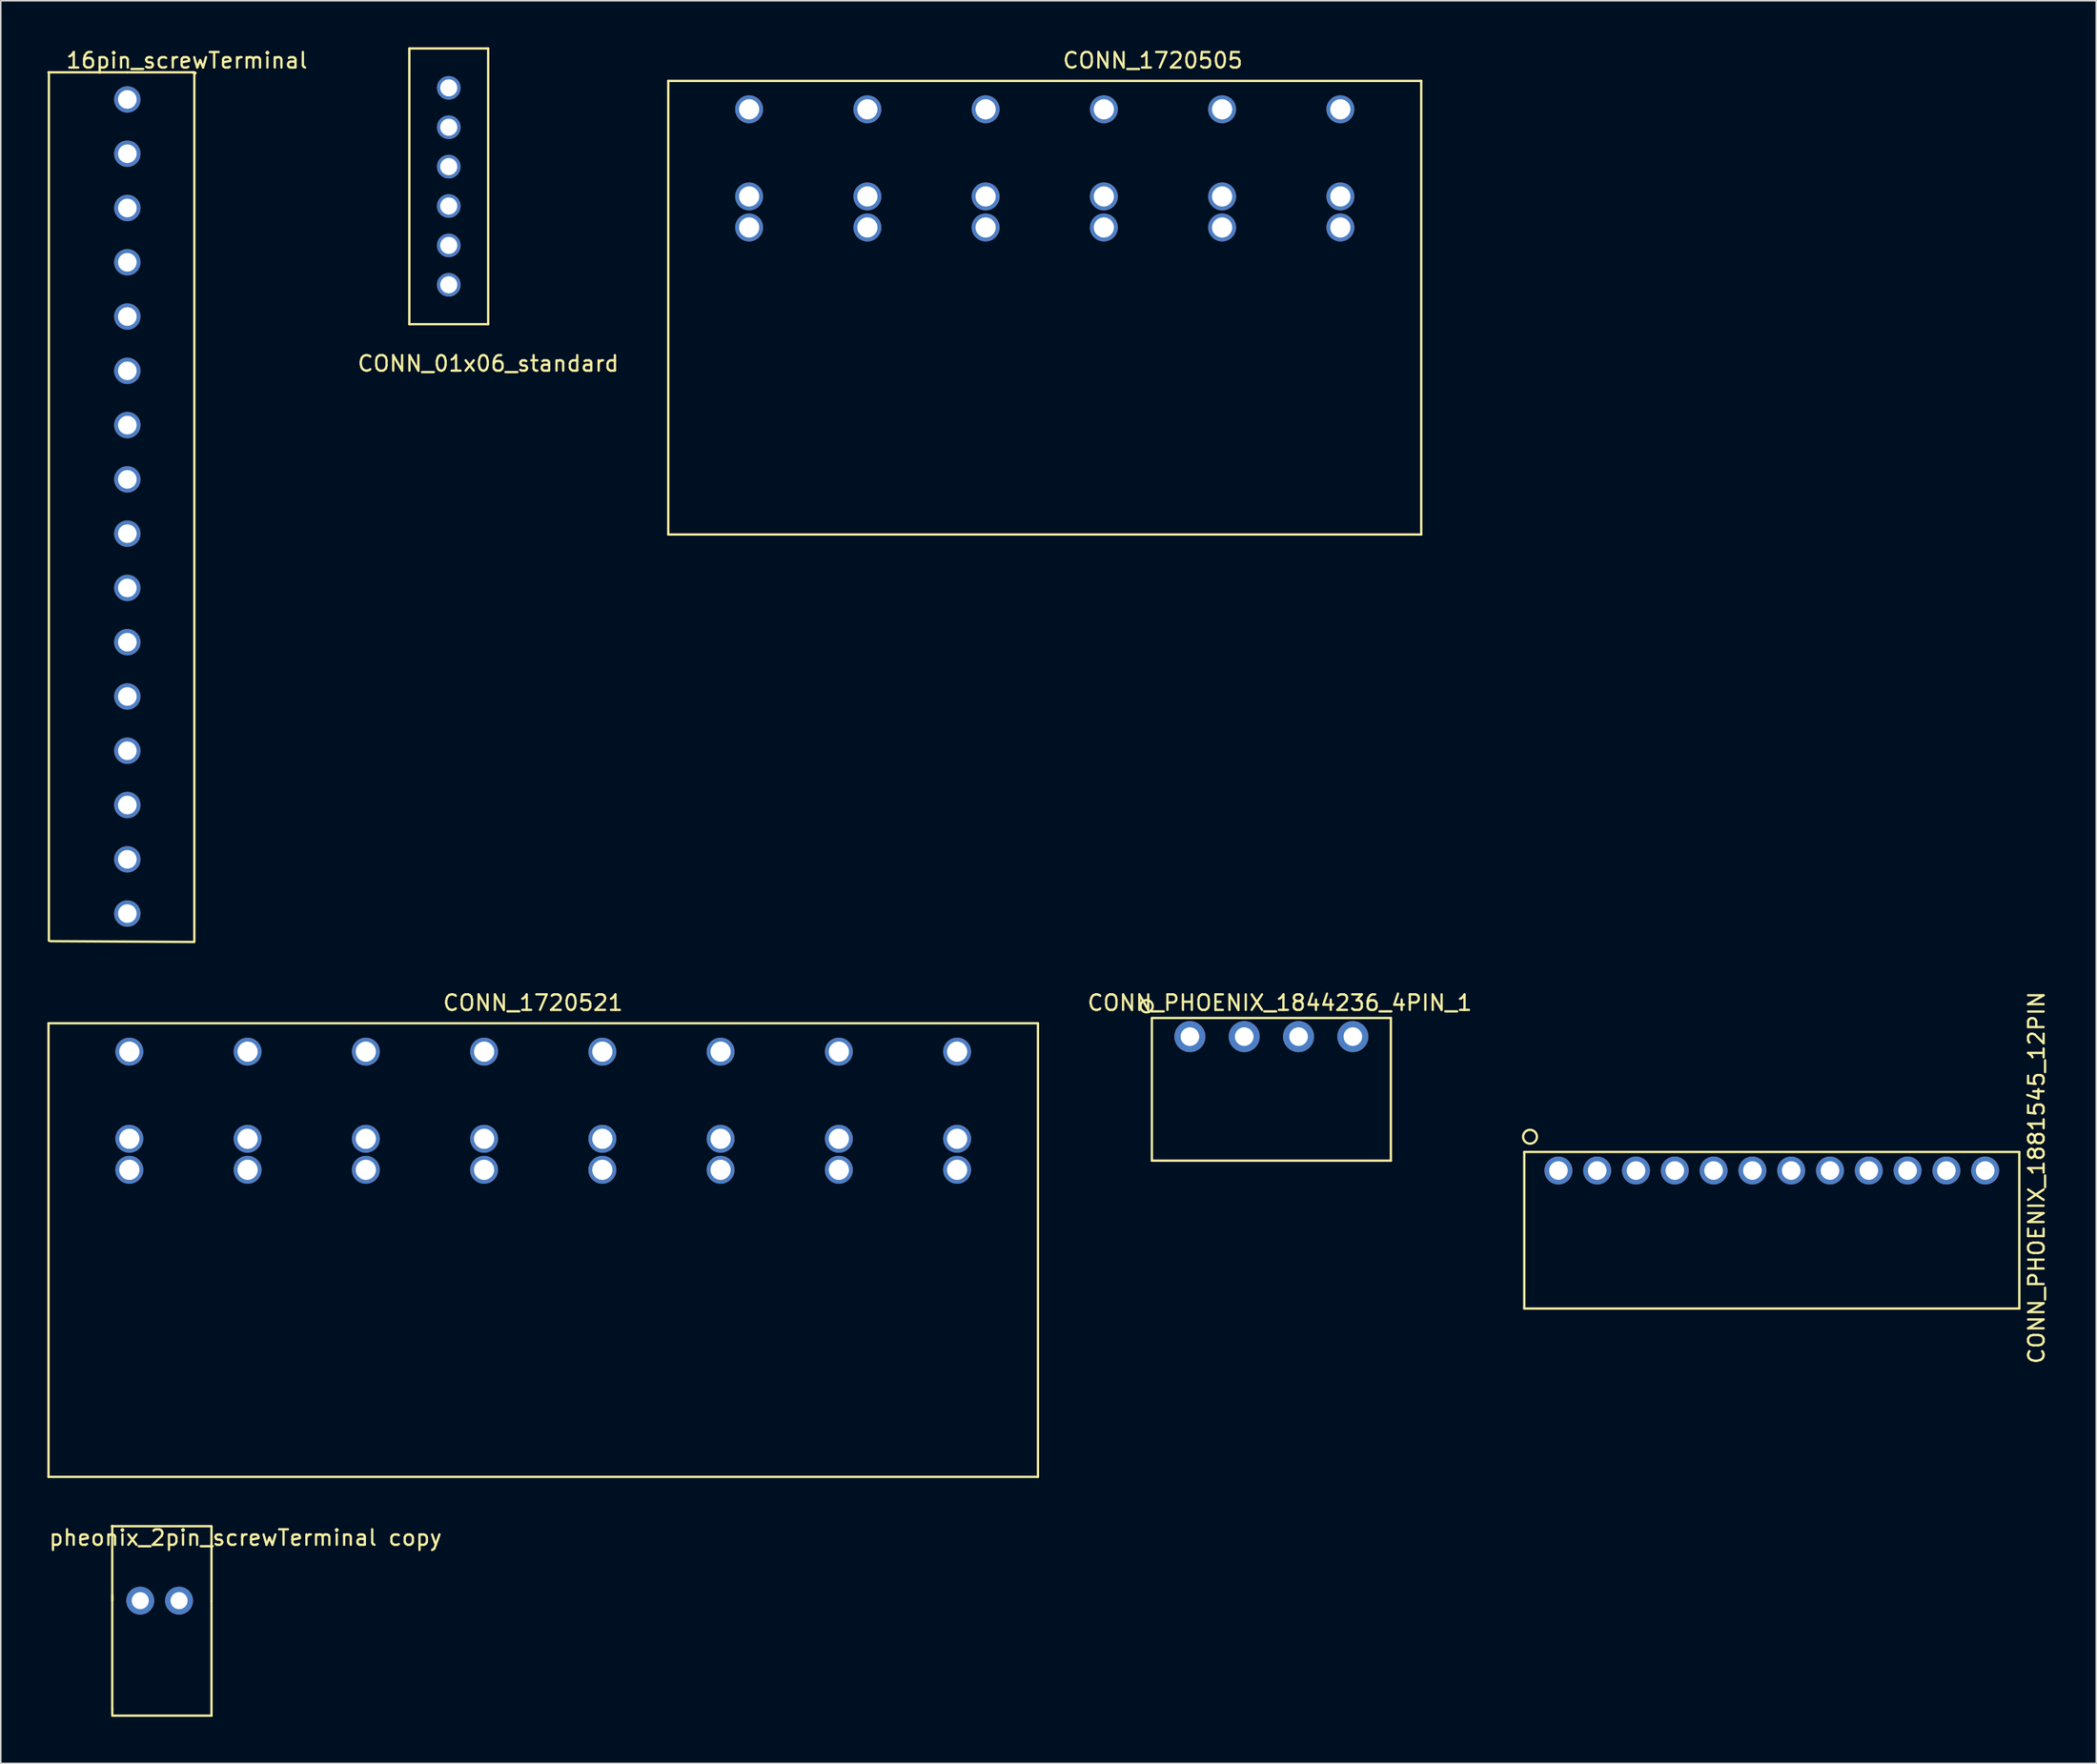
<source format=kicad_pcb>
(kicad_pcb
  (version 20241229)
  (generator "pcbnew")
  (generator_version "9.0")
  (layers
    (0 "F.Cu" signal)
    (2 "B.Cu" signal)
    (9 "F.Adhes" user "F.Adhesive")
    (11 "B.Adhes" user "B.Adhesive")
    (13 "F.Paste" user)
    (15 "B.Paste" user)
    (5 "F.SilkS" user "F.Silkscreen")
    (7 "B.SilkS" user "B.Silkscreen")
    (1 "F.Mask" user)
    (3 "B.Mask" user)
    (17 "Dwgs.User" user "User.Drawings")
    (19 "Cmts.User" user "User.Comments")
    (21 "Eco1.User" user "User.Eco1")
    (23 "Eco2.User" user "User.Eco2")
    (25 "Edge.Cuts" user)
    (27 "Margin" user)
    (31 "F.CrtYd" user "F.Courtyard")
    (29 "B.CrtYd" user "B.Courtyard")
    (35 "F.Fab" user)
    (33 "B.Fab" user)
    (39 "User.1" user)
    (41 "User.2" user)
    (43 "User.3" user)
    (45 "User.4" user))
  (footprint "16pin_screwTerminal"
    (layer "F.Cu")
    (at 5.155 3.363)
    (property "Reference" "16pin_screwTerminal" (at 3.835 -2.515 0) (layer "F.SilkS") (effects (font (size 1 1) (thickness 0.15))))
    (attr through_hole)
    (fp_line (start -5.055 -1.753) (end -5.055 54.25) (stroke (width 0.15) (type solid)) (layer "F.SilkS"))
    (fp_line (start -4.953 54.28) (end 4.318 54.331) (stroke (width 0.15) (type solid)) (layer "F.SilkS"))
    (fp_line (start 0 -1.75) (end -5.08 -1.75) (stroke (width 0.15) (type solid)) (layer "F.SilkS"))
    (fp_line (start 0 -1.75) (end 4.2 -1.75) (stroke (width 0.15) (type solid)) (layer "F.SilkS"))
    (fp_line (start 4.216 -1.753) (end 4.318 -1.753) (stroke (width 0.15) (type solid)) (layer "F.SilkS"))
    (fp_line (start 4.216 -1.753) (end 4.318 -1.753) (stroke (width 0.15) (type solid)) (layer "F.SilkS"))
    (fp_line (start 4.293 -1.702) (end 4.394 -1.702) (stroke (width 0.15) (type solid)) (layer "F.SilkS"))
    (fp_line (start 4.293 -1.702) (end 4.394 -1.702) (stroke (width 0.15) (type solid)) (layer "F.SilkS"))
    (fp_line (start 4.318 -1.727) (end 4.318 54.25) (stroke (width 0.15) (type solid)) (layer "F.SilkS"))
    (pad "1" thru_hole circle (at 0 0) (size 1.7 1.7) (drill 1.2) (layers "*.Cu" "*.Mask"))
    (pad "2" thru_hole circle (at 0 3.5) (size 1.7 1.7) (drill 1.2) (layers "*.Cu" "*.Mask"))
    (pad "3" thru_hole circle (at 0 7) (size 1.7 1.7) (drill 1.2) (layers "*.Cu" "*.Mask"))
    (pad "4" thru_hole circle (at 0 10.5) (size 1.7 1.7) (drill 1.2) (layers "*.Cu" "*.Mask"))
    (pad "5" thru_hole circle (at 0 14) (size 1.7 1.7) (drill 1.2) (layers "*.Cu" "*.Mask"))
    (pad "6" thru_hole circle (at 0 17.5) (size 1.7 1.7) (drill 1.2) (layers "*.Cu" "*.Mask"))
    (pad "7" thru_hole circle (at 0 21) (size 1.7 1.7) (drill 1.2) (layers "*.Cu" "*.Mask"))
    (pad "8" thru_hole circle (at 0 24.5) (size 1.7 1.7) (drill 1.2) (layers "*.Cu" "*.Mask"))
    (pad "9" thru_hole circle (at 0 28) (size 1.7 1.7) (drill 1.2) (layers "*.Cu" "*.Mask"))
    (pad "10" thru_hole circle (at 0 31.5) (size 1.7 1.7) (drill 1.2) (layers "*.Cu" "*.Mask"))
    (pad "11" thru_hole circle (at 0 35) (size 1.7 1.7) (drill 1.2) (layers "*.Cu" "*.Mask"))
    (pad "12" thru_hole circle (at 0 38.5) (size 1.7 1.7) (drill 1.2) (layers "*.Cu" "*.Mask"))
    (pad "13" thru_hole circle (at 0 42) (size 1.7 1.7) (drill 1.2) (layers "*.Cu" "*.Mask"))
    (pad "14" thru_hole circle (at 0 45.5) (size 1.7 1.7) (drill 1.2) (layers "*.Cu" "*.Mask"))
    (pad "15" thru_hole circle (at 0 49) (size 1.7 1.7) (drill 1.2) (layers "*.Cu" "*.Mask"))
    (pad "16" thru_hole circle (at 0 52.5) (size 1.7 1.7) (drill 1.2) (layers "*.Cu" "*.Mask")))
  (footprint "CONN_01x06_standard"
    (layer "F.Cu")
    (at 25.867 2.615)
    (property "Reference" "CONN_01x06_standard" (at 2.54 17.78 0) (layer "F.SilkS") (effects (font (size 1 1) (thickness 0.15))))
    (attr through_hole)
    (fp_line (start -2.54 -2.54) (end 2.54 -2.54) (stroke (width 0.15) (type solid)) (layer "F.SilkS"))
    (fp_line (start -2.54 15.24) (end -2.54 -2.54) (stroke (width 0.15) (type solid)) (layer "F.SilkS"))
    (fp_line (start 2.54 -2.54) (end 2.54 15.24) (stroke (width 0.15) (type solid)) (layer "F.SilkS"))
    (fp_line (start 2.54 15.24) (end -2.54 15.24) (stroke (width 0.15) (type solid)) (layer "F.SilkS"))
    (pad "1" thru_hole circle (at 0 0) (size 1.524 1.524) (drill 1.1) (layers "*.Cu" "*.Mask"))
    (pad "2" thru_hole circle (at 0 2.54) (size 1.524 1.524) (drill 1.1) (layers "*.Cu" "*.Mask"))
    (pad "3" thru_hole circle (at 0 5.08) (size 1.524 1.524) (drill 1.1) (layers "*.Cu" "*.Mask"))
    (pad "4" thru_hole circle (at 0 7.62) (size 1.524 1.524) (drill 1.1) (layers "*.Cu" "*.Mask"))
    (pad "5" thru_hole circle (at 0 10.16) (size 1.524 1.524) (drill 1.1) (layers "*.Cu" "*.Mask"))
    (pad "6" thru_hole circle (at 0 12.7) (size 1.524 1.524) (drill 1.1) (layers "*.Cu" "*.Mask")))
  (footprint "pheonix_2pin_screwTerminal copy"
    (layer "F.Cu")
    (at 5.988 100.17)
    (property "Reference" "pheonix_2pin_screwTerminal copy" (at 6.78 -4.06 0) (layer "F.SilkS") (effects (font (size 1 1) (thickness 0.15))))
    (attr through_hole)
    (fp_line (start -1.805 -0.381) (end -1.805 6.985) (stroke (width 0.15) (type solid)) (layer "F.SilkS"))
    (fp_line (start -1.805 0) (end -1.805 -4.826) (stroke (width 0.15) (type solid)) (layer "F.SilkS"))
    (fp_line (start -1.803 6.985) (end -1.803 7.341) (stroke (width 0.15) (type solid)) (layer "F.SilkS"))
    (fp_line (start 4.572 -4.801) (end -1.829 -4.801) (stroke (width 0.15) (type solid)) (layer "F.SilkS"))
    (fp_line (start 4.59 0.025) (end 4.59 -4.801) (stroke (width 0.15) (type solid)) (layer "F.SilkS"))
    (fp_line (start 4.59 0.051) (end 4.59 7.417) (stroke (width 0.15) (type solid)) (layer "F.SilkS"))
    (fp_line (start 4.597 7.417) (end -1.803 7.417) (stroke (width 0.15) (type solid)) (layer "F.SilkS"))
    (pad "1" thru_hole circle (at 0 0) (size 1.8 1.8) (drill 1.1) (layers "*.Cu" "*.Mask"))
    (pad "2" thru_hole circle (at 2.5 0) (size 1.8 1.8) (drill 1.1) (layers "*.Cu" "*.Mask")))
  (footprint "CONN_1720521"
    (layer "F.Cu")
    (at 5.285 72.386)
    (property "Reference" "CONN_1720521" (at 26.01 -10.77 0) (layer "F.SilkS") (effects (font (size 1 1) (thickness 0.15))))
    (attr through_hole)
    (fp_line (start -5.21 -9.45) (end -5.21 19.8) (stroke (width 0.15) (type solid)) (layer "F.SilkS"))
    (fp_line (start 58.55 -9.45) (end -5.21 -9.45) (stroke (width 0.15) (type solid)) (layer "F.SilkS"))
    (fp_line (start 58.55 -9.45) (end 58.55 19.8) (stroke (width 0.15) (type solid)) (layer "F.SilkS"))
    (fp_line (start 58.55 19.8) (end -5.21 19.8) (stroke (width 0.15) (type solid)) (layer "F.SilkS"))
    (pad "1" thru_hole circle (at 0 0) (size 1.8 1.8) (drill 1.3) (layers "*.Cu" "*.Mask"))
    (pad "12" thru_hole circle (at 0 -2) (size 1.8 1.8) (drill 1.3) (layers "*.Cu" "*.Mask"))
    (pad "13" thru_hole circle (at 0 -7.62) (size 1.8 1.8) (drill 1.3) (layers "*.Cu" "*.Mask"))
    (pad "21" thru_hole circle (at 7.62 0) (size 1.8 1.8) (drill 1.3) (layers "*.Cu" "*.Mask"))
    (pad "22" thru_hole circle (at 7.62 -2) (size 1.8 1.8) (drill 1.3) (layers "*.Cu" "*.Mask"))
    (pad "23" thru_hole circle (at 7.62 -7.62) (size 1.8 1.8) (drill 1.3) (layers "*.Cu" "*.Mask"))
    (pad "31" thru_hole circle (at 15.24 0) (size 1.8 1.8) (drill 1.3) (layers "*.Cu" "*.Mask"))
    (pad "32" thru_hole circle (at 15.24 -2) (size 1.8 1.8) (drill 1.3) (layers "*.Cu" "*.Mask"))
    (pad "33" thru_hole circle (at 15.24 -7.62) (size 1.8 1.8) (drill 1.3) (layers "*.Cu" "*.Mask"))
    (pad "41" thru_hole circle (at 22.86 0) (size 1.8 1.8) (drill 1.3) (layers "*.Cu" "*.Mask"))
    (pad "42" thru_hole circle (at 22.86 -2) (size 1.8 1.8) (drill 1.3) (layers "*.Cu" "*.Mask"))
    (pad "43" thru_hole circle (at 22.86 -7.62) (size 1.8 1.8) (drill 1.3) (layers "*.Cu" "*.Mask"))
    (pad "51" thru_hole circle (at 30.48 0) (size 1.8 1.8) (drill 1.3) (layers "*.Cu" "*.Mask"))
    (pad "52" thru_hole circle (at 30.48 -2) (size 1.8 1.8) (drill 1.3) (layers "*.Cu" "*.Mask"))
    (pad "53" thru_hole circle (at 30.48 -7.62) (size 1.8 1.8) (drill 1.3) (layers "*.Cu" "*.Mask"))
    (pad "61" thru_hole circle (at 38.1 0) (size 1.8 1.8) (drill 1.3) (layers "*.Cu" "*.Mask"))
    (pad "62" thru_hole circle (at 38.1 -2) (size 1.8 1.8) (drill 1.3) (layers "*.Cu" "*.Mask"))
    (pad "63" thru_hole circle (at 38.1 -7.62) (size 1.8 1.8) (drill 1.3) (layers "*.Cu" "*.Mask"))
    (pad "71" thru_hole circle (at 45.72 0) (size 1.8 1.8) (drill 1.3) (layers "*.Cu" "*.Mask"))
    (pad "72" thru_hole circle (at 45.72 -2) (size 1.8 1.8) (drill 1.3) (layers "*.Cu" "*.Mask"))
    (pad "73" thru_hole circle (at 45.72 -7.62) (size 1.8 1.8) (drill 1.3) (layers "*.Cu" "*.Mask"))
    (pad "81" thru_hole circle (at 53.34 0) (size 1.8 1.8) (drill 1.3) (layers "*.Cu" "*.Mask"))
    (pad "82" thru_hole circle (at 53.34 -2) (size 1.8 1.8) (drill 1.3) (layers "*.Cu" "*.Mask"))
    (pad "83" thru_hole circle (at 53.34 -7.62) (size 1.8 1.8) (drill 1.3) (layers "*.Cu" "*.Mask")))
  (footprint "CONN_PHOENIX_1881545_12PIN"
    (layer "F.Cu")
    (at 95.172 81.333)
    (property "Reference" "CONN_PHOENIX_1881545_12PIN" (at 33.01 -8.44 90) (layer "F.SilkS") (effects (font (size 1 1) (thickness 0.15))))
    (attr through_hole)
    (fp_line (start 0 -10.1) (end 31.9 -10.1) (stroke (width 0.15) (type solid)) (layer "F.SilkS"))
    (fp_line (start 0 0) (end 0 -10.1) (stroke (width 0.15) (type solid)) (layer "F.SilkS"))
    (fp_line (start 0 0) (end 31.9 0) (stroke (width 0.15) (type solid)) (layer "F.SilkS"))
    (fp_line (start 31.9 0) (end 31.9 -10.1) (stroke (width 0.15) (type solid)) (layer "F.SilkS"))
    (fp_circle (center 0.37 -11.08) (end 0.67 -10.75) (stroke (width 0.15) (type solid)) (fill no) (layer "F.SilkS"))
    (pad "1" thru_hole circle (at 2.2 -8.9) (size 1.8 1.8) (drill 1.2) (layers "*.Cu" "*.Mask"))
    (pad "2" thru_hole circle (at 4.7 -8.9) (size 1.8 1.8) (drill 1.2) (layers "*.Cu" "*.Mask"))
    (pad "3" thru_hole circle (at 7.2 -8.9) (size 1.8 1.8) (drill 1.2) (layers "*.Cu" "*.Mask"))
    (pad "4" thru_hole circle (at 9.7 -8.9) (size 1.8 1.8) (drill 1.2) (layers "*.Cu" "*.Mask"))
    (pad "5" thru_hole circle (at 12.2 -8.9) (size 1.8 1.8) (drill 1.2) (layers "*.Cu" "*.Mask"))
    (pad "6" thru_hole circle (at 14.7 -8.9) (size 1.8 1.8) (drill 1.2) (layers "*.Cu" "*.Mask"))
    (pad "7" thru_hole circle (at 17.2 -8.9) (size 1.8 1.8) (drill 1.2) (layers "*.Cu" "*.Mask"))
    (pad "8" thru_hole circle (at 19.7 -8.9) (size 1.8 1.8) (drill 1.2) (layers "*.Cu" "*.Mask"))
    (pad "9" thru_hole circle (at 22.2 -8.9) (size 1.8 1.8) (drill 1.2) (layers "*.Cu" "*.Mask"))
    (pad "10" thru_hole circle (at 24.7 -8.9) (size 1.8 1.8) (drill 1.2) (layers "*.Cu" "*.Mask"))
    (pad "11" thru_hole circle (at 27.2 -8.9) (size 1.8 1.8) (drill 1.2) (layers "*.Cu" "*.Mask"))
    (pad "12" thru_hole circle (at 29.7 -8.9) (size 1.8 1.8) (drill 1.2) (layers "*.Cu" "*.Mask")))
  (footprint "CONN_PHOENIX_1844236_4PIN_1"
    (layer "F.Cu")
    (at 71.176 71.797)
    (property "Reference" "CONN_PHOENIX_1844236_4PIN_1" (at 8.24 -10.18 0) (layer "F.SilkS") (effects (font (size 1 1) (thickness 0.15))))
    (attr through_hole)
    (fp_line (start 0 -9.2) (end 15.4 -9.2) (stroke (width 0.15) (type solid)) (layer "F.SilkS"))
    (fp_line (start 0 0) (end 0 -9.2) (stroke (width 0.15) (type solid)) (layer "F.SilkS"))
    (fp_line (start 0 0) (end 15.4 0) (stroke (width 0.15) (type solid)) (layer "F.SilkS"))
    (fp_line (start 15.4 0) (end 15.4 -9.2) (stroke (width 0.15) (type solid)) (layer "F.SilkS"))
    (fp_circle (center -0.34 -9.96) (end 0.05 -9.9) (stroke (width 0.15) (type solid)) (fill no) (layer "F.SilkS"))
    (pad "1" thru_hole circle (at 2.45 -8) (size 2 2) (drill 1.2) (layers "*.Cu" "*.Mask"))
    (pad "2" thru_hole circle (at 5.95 -8) (size 2 2) (drill 1.2) (layers "*.Cu" "*.Mask"))
    (pad "3" thru_hole circle (at 9.45 -8) (size 2 2) (drill 1.2) (layers "*.Cu" "*.Mask"))
    (pad "4" thru_hole circle (at 12.95 -8) (size 2 2) (drill 1.2) (layers "*.Cu" "*.Mask")))
  (footprint "CONN_1720505"
    (layer "F.Cu")
    (at 45.222 11.618)
    (property "Reference" "CONN_1720505" (at 26.01 -10.77 0) (layer "F.SilkS") (effects (font (size 1 1) (thickness 0.15))))
    (attr through_hole)
    (fp_line (start -5.21 -9.45) (end -5.21 19.8) (stroke (width 0.15) (type solid)) (layer "F.SilkS"))
    (fp_line (start 43.31 -9.45) (end -5.21 -9.45) (stroke (width 0.15) (type solid)) (layer "F.SilkS"))
    (fp_line (start 43.31 -9.45) (end 43.31 19.8) (stroke (width 0.15) (type solid)) (layer "F.SilkS"))
    (fp_line (start 43.31 19.8) (end -5.21 19.8) (stroke (width 0.15) (type solid)) (layer "F.SilkS"))
    (pad "1" thru_hole circle (at 0 0) (size 1.8 1.8) (drill 1.3) (layers "*.Cu" "*.Mask"))
    (pad "2" thru_hole circle (at 7.62 0) (size 1.8 1.8) (drill 1.3) (layers "*.Cu" "*.Mask"))
    (pad "3" thru_hole circle (at 15.24 0) (size 1.8 1.8) (drill 1.3) (layers "*.Cu" "*.Mask"))
    (pad "4" thru_hole circle (at 22.86 0) (size 1.8 1.8) (drill 1.3) (layers "*.Cu" "*.Mask"))
    (pad "5" thru_hole circle (at 30.48 0) (size 1.8 1.8) (drill 1.3) (layers "*.Cu" "*.Mask"))
    (pad "6" thru_hole circle (at 38.1 0) (size 1.8 1.8) (drill 1.3) (layers "*.Cu" "*.Mask"))
    (pad "12" thru_hole circle (at 0 -2) (size 1.8 1.8) (drill 1.3) (layers "*.Cu" "*.Mask"))
    (pad "13" thru_hole circle (at 0 -7.62) (size 1.8 1.8) (drill 1.3) (layers "*.Cu" "*.Mask"))
    (pad "22" thru_hole circle (at 7.62 -2) (size 1.8 1.8) (drill 1.3) (layers "*.Cu" "*.Mask"))
    (pad "23" thru_hole circle (at 7.62 -7.62) (size 1.8 1.8) (drill 1.3) (layers "*.Cu" "*.Mask"))
    (pad "32" thru_hole circle (at 15.24 -2) (size 1.8 1.8) (drill 1.3) (layers "*.Cu" "*.Mask"))
    (pad "33" thru_hole circle (at 15.24 -7.62) (size 1.8 1.8) (drill 1.3) (layers "*.Cu" "*.Mask"))
    (pad "42" thru_hole circle (at 22.86 -2) (size 1.8 1.8) (drill 1.3) (layers "*.Cu" "*.Mask"))
    (pad "43" thru_hole circle (at 22.86 -7.62) (size 1.8 1.8) (drill 1.3) (layers "*.Cu" "*.Mask"))
    (pad "52" thru_hole circle (at 30.48 -2) (size 1.8 1.8) (drill 1.3) (layers "*.Cu" "*.Mask"))
    (pad "53" thru_hole circle (at 30.48 -7.62) (size 1.8 1.8) (drill 1.3) (layers "*.Cu" "*.Mask"))
    (pad "62" thru_hole circle (at 38.1 -2) (size 1.8 1.8) (drill 1.3) (layers "*.Cu" "*.Mask"))
    (pad "63" thru_hole circle (at 38.1 -7.62) (size 1.8 1.8) (drill 1.3) (layers "*.Cu" "*.Mask")))
  (gr_rect
    (start -3 -3)
    (end 132.03 110.661)
    (stroke (width 0.1) (type default))
    (fill no)
    (layer "Edge.Cuts")))
</source>
